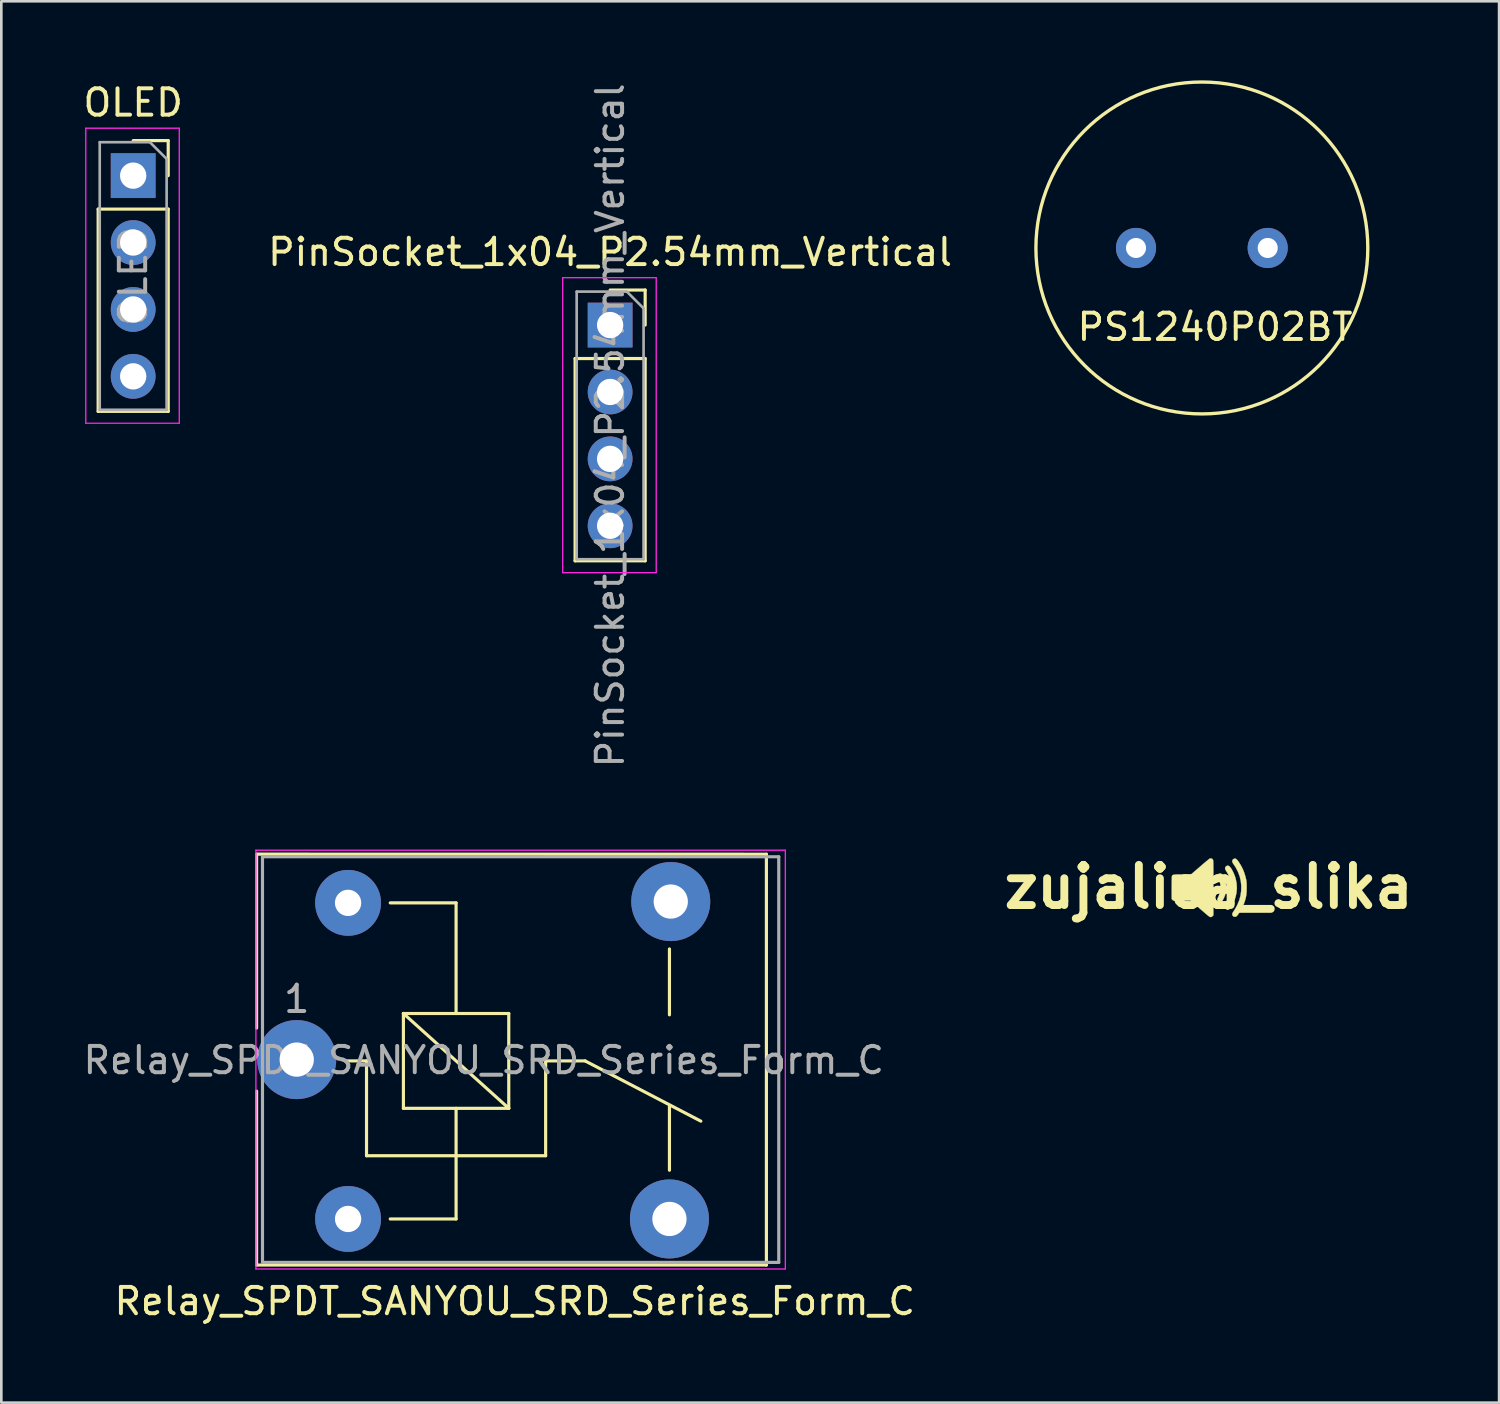
<source format=kicad_pcb>
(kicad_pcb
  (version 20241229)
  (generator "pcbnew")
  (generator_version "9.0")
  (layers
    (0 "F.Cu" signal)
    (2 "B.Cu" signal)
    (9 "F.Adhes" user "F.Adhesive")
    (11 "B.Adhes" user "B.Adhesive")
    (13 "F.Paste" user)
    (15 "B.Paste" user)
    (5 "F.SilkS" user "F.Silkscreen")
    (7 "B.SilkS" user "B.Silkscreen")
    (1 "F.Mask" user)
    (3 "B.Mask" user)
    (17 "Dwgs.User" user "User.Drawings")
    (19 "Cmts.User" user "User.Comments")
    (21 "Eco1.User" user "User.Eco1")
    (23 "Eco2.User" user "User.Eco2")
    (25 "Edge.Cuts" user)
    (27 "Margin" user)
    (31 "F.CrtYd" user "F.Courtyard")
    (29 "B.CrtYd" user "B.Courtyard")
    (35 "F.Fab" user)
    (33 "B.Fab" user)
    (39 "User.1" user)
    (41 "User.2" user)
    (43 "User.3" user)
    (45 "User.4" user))
  (footprint "zujalica_slika"
    (layer "F.Cu")
    (at 42.835 30.62)
    (property "Reference" "zujalica_slika" (at 0 0 0) (layer "F.SilkS") (effects (font (size 1.524 1.524) (thickness 0.3))))
    (attr through_hole)
    (fp_poly (pts (xy 0.467 -0.505) (xy 0.492 -0.491) (xy 0.519 -0.463) (xy 0.551 -0.416) (xy 0.583 -0.351) (xy 0.613 -0.276) (xy 0.639 -0.198) (xy 0.648 -0.161) (xy 0.659 -0.09) (xy 0.664 -0.005) (xy 0.662 0.086) (xy 0.655 0.175) (xy 0.642 0.255) (xy 0.629 0.302) (xy 0.604 0.368) (xy 0.575 0.433) (xy 0.545 0.491) (xy 0.518 0.534) (xy 0.512 0.542) (xy 0.484 0.563) (xy 0.446 0.576) (xy 0.445 0.576) (xy 0.413 0.578) (xy 0.389 0.569) (xy 0.363 0.547) (xy 0.34 0.518) (xy 0.327 0.491) (xy 0.327 0.484) (xy 0.332 0.463) (xy 0.346 0.426) (xy 0.366 0.381) (xy 0.375 0.362) (xy 0.427 0.236) (xy 0.454 0.11) (xy 0.457 -0.016) (xy 0.436 -0.142) (xy 0.391 -0.267) (xy 0.361 -0.326) (xy 0.339 -0.372) (xy 0.33 -0.405) (xy 0.331 -0.428) (xy 0.353 -0.473) (xy 0.391 -0.5) (xy 0.435 -0.508) (xy 0.467 -0.505)) (stroke (width 0.01) (type solid)) (fill yes) (layer "F.SilkS"))
    (fp_poly (pts (xy 0.746 -0.803) (xy 0.768 -0.795) (xy 0.801 -0.769) (xy 0.838 -0.724) (xy 0.878 -0.664) (xy 0.918 -0.591) (xy 0.956 -0.511) (xy 0.991 -0.426) (xy 1.019 -0.342) (xy 1.029 -0.305) (xy 1.063 -0.127) (xy 1.072 0.05) (xy 1.058 0.225) (xy 1.019 0.398) (xy 0.956 0.57) (xy 0.923 0.64) (xy 0.875 0.73) (xy 0.83 0.798) (xy 0.789 0.843) (xy 0.75 0.867) (xy 0.712 0.871) (xy 0.673 0.854) (xy 0.657 0.842) (xy 0.633 0.813) (xy 0.624 0.779) (xy 0.632 0.737) (xy 0.658 0.684) (xy 0.683 0.643) (xy 0.751 0.523) (xy 0.801 0.402) (xy 0.834 0.273) (xy 0.852 0.132) (xy 0.855 0.078) (xy 0.852 -0.087) (xy 0.828 -0.241) (xy 0.783 -0.384) (xy 0.717 -0.519) (xy 0.701 -0.545) (xy 0.665 -0.604) (xy 0.641 -0.647) (xy 0.628 -0.679) (xy 0.624 -0.704) (xy 0.628 -0.727) (xy 0.633 -0.742) (xy 0.661 -0.782) (xy 0.701 -0.803) (xy 0.746 -0.803)) (stroke (width 0.01) (type solid)) (fill yes) (layer "F.SilkS"))
    (fp_poly (pts (xy 0.133 -1.066) (xy 0.157 -1.043) (xy 0.162 -1.037) (xy 0.165 -1.03) (xy 0.169 -1.02) (xy 0.171 -1.006) (xy 0.174 -0.985) (xy 0.176 -0.957) (xy 0.177 -0.92) (xy 0.178 -0.872) (xy 0.179 -0.812) (xy 0.18 -0.739) (xy 0.181 -0.65) (xy 0.181 -0.544) (xy 0.181 -0.42) (xy 0.181 -0.276) (xy 0.181 -0.11) (xy 0.181 0.033) (xy 0.181 1.078) (xy 0.146 1.114) (xy 0.109 1.141) (xy 0.072 1.147) (xy 0.03 1.131) (xy 0.005 1.114) (xy -0.015 1.098) (xy -0.051 1.068) (xy -0.1 1.026) (xy -0.16 0.975) (xy -0.229 0.916) (xy -0.303 0.852) (xy -0.363 0.8) (xy -0.683 0.521) (xy -1.344 0.52) (xy -1.373 0.49) (xy -1.403 0.461) (xy -1.403 0.028) (xy -1.402 -0.096) (xy -1.401 -0.197) (xy -1.4 -0.277) (xy -1.398 -0.338) (xy -1.396 -0.382) (xy -1.392 -0.41) (xy -1.388 -0.424) (xy -1.388 -0.424) (xy -1.376 -0.438) (xy -1.361 -0.449) (xy -1.342 -0.457) (xy -1.314 -0.463) (xy -1.275 -0.467) (xy -1.222 -0.47) (xy -1.153 -0.471) (xy -1.065 -0.472) (xy -0.994 -0.472) (xy -0.669 -0.472) (xy -0.325 -0.769) (xy -0.247 -0.837) (xy -0.173 -0.9) (xy -0.107 -0.956) (xy -0.049 -1.004) (xy -0.003 -1.041) (xy 0.029 -1.066) (xy 0.046 -1.077) (xy 0.046 -1.078) (xy 0.091 -1.083) (xy 0.133 -1.066)) (stroke (width 0.01) (type solid)) (fill yes) (layer "F.SilkS"))
    (fp_poly (pts (xy 1.034 -1.067) (xy 1.063 -1.045) (xy 1.1 -1.004) (xy 1.141 -0.949) (xy 1.185 -0.882) (xy 1.229 -0.807) (xy 1.271 -0.729) (xy 1.308 -0.65) (xy 1.331 -0.596) (xy 1.356 -0.525) (xy 1.382 -0.444) (xy 1.404 -0.366) (xy 1.412 -0.334) (xy 1.424 -0.281) (xy 1.433 -0.235) (xy 1.438 -0.189) (xy 1.442 -0.137) (xy 1.444 -0.073) (xy 1.445 0.008) (xy 1.445 0.024) (xy 1.444 0.132) (xy 1.44 0.223) (xy 1.432 0.303) (xy 1.418 0.379) (xy 1.399 0.457) (xy 1.373 0.545) (xy 1.371 0.55) (xy 1.34 0.638) (xy 1.299 0.733) (xy 1.251 0.829) (xy 1.201 0.921) (xy 1.15 1.003) (xy 1.101 1.071) (xy 1.073 1.104) (xy 1.032 1.131) (xy 0.987 1.137) (xy 0.943 1.122) (xy 0.925 1.107) (xy 0.901 1.075) (xy 0.895 1.039) (xy 0.906 0.996) (xy 0.935 0.944) (xy 0.957 0.913) (xy 0.987 0.868) (xy 1.022 0.809) (xy 1.059 0.743) (xy 1.089 0.683) (xy 1.161 0.51) (xy 1.21 0.331) (xy 1.236 0.149) (xy 1.24 -0.034) (xy 1.221 -0.215) (xy 1.18 -0.394) (xy 1.116 -0.567) (xy 1.031 -0.733) (xy 0.959 -0.844) (xy 0.924 -0.895) (xy 0.904 -0.934) (xy 0.896 -0.965) (xy 0.895 -0.974) (xy 0.906 -1.018) (xy 0.933 -1.052) (xy 0.971 -1.071) (xy 1.014 -1.073) (xy 1.034 -1.067)) (stroke (width 0.01) (type solid)) (fill yes) (layer "F.SilkS")))
  (footprint "Relay_SPDT_SANYOU_SRD_Series_Form_C"
    (layer "F.Cu")
    (at 8.393 37.152)
    (property "Reference" "Relay_SPDT_SANYOU_SRD_Series_Form_C" (at 8.1 9.2 0) (layer "F.SilkS") (effects (font (size 1 1) (thickness 0.15))))
    (attr through_hole)
    (fp_line (start -1.702 -7.775) (end 17.653 -7.772) (stroke (width 0.12) (type solid)) (layer "F.SilkS"))
    (fp_line (start -1.702 -7.772) (end -1.702 -1.172) (stroke (width 0.12) (type solid)) (layer "F.SilkS"))
    (fp_line (start -1.702 1.223) (end -1.702 7.823) (stroke (width 0.12) (type solid)) (layer "F.SilkS"))
    (fp_line (start 2.472 0.075) (end 1.672 0.075) (stroke (width 0.12) (type solid)) (layer "F.SilkS"))
    (fp_line (start 2.472 0.075) (end 2.472 3.675) (stroke (width 0.12) (type solid)) (layer "F.SilkS"))
    (fp_line (start 3.372 6.075) (end 5.872 6.075) (stroke (width 0.12) (type solid)) (layer "F.SilkS"))
    (fp_line (start 3.872 -1.725) (end 7.872 -1.725) (stroke (width 0.12) (type solid)) (layer "F.SilkS"))
    (fp_line (start 3.872 1.875) (end 3.872 -1.725) (stroke (width 0.12) (type solid)) (layer "F.SilkS"))
    (fp_line (start 5.872 -5.925) (end 3.372 -5.925) (stroke (width 0.12) (type solid)) (layer "F.SilkS"))
    (fp_line (start 5.872 -5.925) (end 5.872 -1.725) (stroke (width 0.12) (type solid)) (layer "F.SilkS"))
    (fp_line (start 5.872 1.875) (end 5.872 6.075) (stroke (width 0.12) (type solid)) (layer "F.SilkS"))
    (fp_line (start 7.872 -1.725) (end 7.872 1.875) (stroke (width 0.12) (type solid)) (layer "F.SilkS"))
    (fp_line (start 7.872 1.875) (end 3.872 -1.725) (stroke (width 0.12) (type solid)) (layer "F.SilkS"))
    (fp_line (start 7.872 1.875) (end 3.872 1.875) (stroke (width 0.12) (type solid)) (layer "F.SilkS"))
    (fp_line (start 9.272 0.075) (end 9.272 3.675) (stroke (width 0.12) (type solid)) (layer "F.SilkS"))
    (fp_line (start 9.272 0.075) (end 10.772 0.075) (stroke (width 0.12) (type solid)) (layer "F.SilkS"))
    (fp_line (start 9.272 3.675) (end 2.472 3.675) (stroke (width 0.12) (type solid)) (layer "F.SilkS"))
    (fp_line (start 10.772 0.076) (end 15.164 2.362) (stroke (width 0.12) (type solid)) (layer "F.SilkS"))
    (fp_line (start 13.972 -4.175) (end 13.972 -1.675) (stroke (width 0.12) (type solid)) (layer "F.SilkS"))
    (fp_line (start 13.972 4.225) (end 13.972 1.775) (stroke (width 0.12) (type solid)) (layer "F.SilkS"))
    (fp_line (start 17.653 -7.772) (end 17.653 7.823) (stroke (width 0.12) (type solid)) (layer "F.SilkS"))
    (fp_line (start 17.653 7.823) (end -1.702 7.825) (stroke (width 0.12) (type solid)) (layer "F.SilkS"))
    (fp_line (start -1.728 7.975) (end -1.728 -7.925) (stroke (width 0.05) (type solid)) (layer "F.CrtYd"))
    (fp_line (start -1.728 7.975) (end 18.372 7.975) (stroke (width 0.05) (type solid)) (layer "F.CrtYd"))
    (fp_line (start 18.372 -7.925) (end -1.728 -7.925) (stroke (width 0.05) (type solid)) (layer "F.CrtYd"))
    (fp_line (start 18.372 -7.925) (end 18.372 7.975) (stroke (width 0.05) (type solid)) (layer "F.CrtYd"))
    (fp_line (start -1.478 -7.675) (end 18.122 -7.675) (stroke (width 0.12) (type solid)) (layer "F.Fab"))
    (fp_line (start -1.478 7.725) (end -1.478 -7.675) (stroke (width 0.12) (type solid)) (layer "F.Fab"))
    (fp_line (start 18.122 -7.675) (end 18.122 7.725) (stroke (width 0.12) (type solid)) (layer "F.Fab"))
    (fp_line (start 18.122 7.725) (end -1.478 7.725) (stroke (width 0.12) (type solid)) (layer "F.Fab"))
    (fp_text user "1" (at -0.178 -2.275 0) (layer "F.Fab") (effects (font (size 1 1) (thickness 0.15))))
    (fp_text user "${REFERENCE}" (at 6.922 0.05 0) (layer "F.Fab") (effects (font (size 1 1) (thickness 0.15))))
    (pad "1" thru_hole circle (at -0.178 0.025 90) (size 3 3) (drill 1.3) (layers "*.Cu" "*.Mask"))
    (pad "2" thru_hole circle (at 1.772 -5.925 90) (size 2.5 2.5) (drill 1) (layers "*.Cu" "*.Mask"))
    (pad "3" thru_hole circle (at 14.022 -5.975 90) (size 3 3) (drill 1.3) (layers "*.Cu" "*.Mask"))
    (pad "4" thru_hole circle (at 13.972 6.075 90) (size 3 3) (drill 1.3) (layers "*.Cu" "*.Mask"))
    (pad "5" thru_hole circle (at 1.772 6.075 90) (size 2.5 2.5) (drill 1) (layers "*.Cu" "*.Mask")))
  (footprint "PS1240P02BT"
    (layer "F.Cu")
    (at 43.078 8.864)
    (property "Reference" "PS1240P02BT" (at 0 0.5 0) (layer "F.SilkS") (effects (font (size 1 1) (thickness 0.15))))
    (attr through_hole)
    (fp_circle (center -0.5 -2.5) (end 5.8 -2.5) (stroke (width 0.127) (type solid)) (fill no) (layer "F.SilkS"))
    (pad "1" thru_hole circle (at -3 -2.5) (size 1.524 1.524) (drill 0.762) (layers "*.Cu" "*.Mask"))
    (pad "2" thru_hole circle (at 2 -2.5) (size 1.524 1.524) (drill 0.762) (layers "*.Cu" "*.Mask")))
  (footprint "OLED"
    (layer "F.Cu")
    (at 2.006 3.618)
    (property "Reference" "OLED" (at 0 -2.77 0) (layer "F.SilkS") (effects (font (size 1 1) (thickness 0.15))))
    (attr through_hole)
    (fp_line (start -1.33 1.27) (end -1.33 8.95) (stroke (width 0.12) (type solid)) (layer "F.SilkS"))
    (fp_line (start -1.33 1.27) (end 1.33 1.27) (stroke (width 0.12) (type solid)) (layer "F.SilkS"))
    (fp_line (start -1.33 8.95) (end 1.33 8.95) (stroke (width 0.12) (type solid)) (layer "F.SilkS"))
    (fp_line (start 0 -1.33) (end 1.33 -1.33) (stroke (width 0.12) (type solid)) (layer "F.SilkS"))
    (fp_line (start 1.33 -1.33) (end 1.33 0) (stroke (width 0.12) (type solid)) (layer "F.SilkS"))
    (fp_line (start 1.33 1.27) (end 1.33 8.95) (stroke (width 0.12) (type solid)) (layer "F.SilkS"))
    (fp_line (start -1.8 -1.8) (end 1.75 -1.8) (stroke (width 0.05) (type solid)) (layer "F.CrtYd"))
    (fp_line (start -1.8 9.4) (end -1.8 -1.8) (stroke (width 0.05) (type solid)) (layer "F.CrtYd"))
    (fp_line (start 1.75 -1.8) (end 1.75 9.4) (stroke (width 0.05) (type solid)) (layer "F.CrtYd"))
    (fp_line (start 1.75 9.4) (end -1.8 9.4) (stroke (width 0.05) (type solid)) (layer "F.CrtYd"))
    (fp_line (start -1.27 -1.27) (end 0.635 -1.27) (stroke (width 0.1) (type solid)) (layer "F.Fab"))
    (fp_line (start -1.27 8.89) (end -1.27 -1.27) (stroke (width 0.1) (type solid)) (layer "F.Fab"))
    (fp_line (start 0.635 -1.27) (end 1.27 -0.635) (stroke (width 0.1) (type solid)) (layer "F.Fab"))
    (fp_line (start 1.27 -0.635) (end 1.27 8.89) (stroke (width 0.1) (type solid)) (layer "F.Fab"))
    (fp_line (start 1.27 8.89) (end -1.27 8.89) (stroke (width 0.1) (type solid)) (layer "F.Fab"))
    (fp_text user "${REFERENCE}" (at 0 3.81 90) (layer "F.Fab") (effects (font (size 1 1) (thickness 0.15))))
    (pad "1" thru_hole rect (at 0 0) (size 1.7 1.7) (drill 1) (layers "*.Cu" "*.Mask"))
    (pad "2" thru_hole oval (at 0 2.54) (size 1.7 1.7) (drill 1) (layers "*.Cu" "*.Mask"))
    (pad "3" thru_hole oval (at 0 5.08) (size 1.7 1.7) (drill 1) (layers "*.Cu" "*.Mask"))
    (pad "4" thru_hole oval (at 0 7.62) (size 1.7 1.7) (drill 1) (layers "*.Cu" "*.Mask")))
  (footprint "PinSocket_1x04_P2.54mm_Vertical"
    (layer "F.Cu")
    (at 20.113 9.291)
    (property "Reference" "PinSocket_1x04_P2.54mm_Vertical" (at 0 -2.77 0) (layer "F.SilkS") (effects (font (size 1 1) (thickness 0.15))))
    (attr through_hole)
    (fp_line (start -1.33 1.27) (end -1.33 8.95) (stroke (width 0.12) (type solid)) (layer "F.SilkS"))
    (fp_line (start -1.33 1.27) (end 1.33 1.27) (stroke (width 0.12) (type solid)) (layer "F.SilkS"))
    (fp_line (start -1.33 8.95) (end 1.33 8.95) (stroke (width 0.12) (type solid)) (layer "F.SilkS"))
    (fp_line (start 0 -1.33) (end 1.33 -1.33) (stroke (width 0.12) (type solid)) (layer "F.SilkS"))
    (fp_line (start 1.33 -1.33) (end 1.33 0) (stroke (width 0.12) (type solid)) (layer "F.SilkS"))
    (fp_line (start 1.33 1.27) (end 1.33 8.95) (stroke (width 0.12) (type solid)) (layer "F.SilkS"))
    (fp_line (start -1.8 -1.8) (end 1.75 -1.8) (stroke (width 0.05) (type solid)) (layer "F.CrtYd"))
    (fp_line (start -1.8 9.4) (end -1.8 -1.8) (stroke (width 0.05) (type solid)) (layer "F.CrtYd"))
    (fp_line (start 1.75 -1.8) (end 1.75 9.4) (stroke (width 0.05) (type solid)) (layer "F.CrtYd"))
    (fp_line (start 1.75 9.4) (end -1.8 9.4) (stroke (width 0.05) (type solid)) (layer "F.CrtYd"))
    (fp_line (start -1.27 -1.27) (end 0.635 -1.27) (stroke (width 0.1) (type solid)) (layer "F.Fab"))
    (fp_line (start -1.27 8.89) (end -1.27 -1.27) (stroke (width 0.1) (type solid)) (layer "F.Fab"))
    (fp_line (start 0.635 -1.27) (end 1.27 -0.635) (stroke (width 0.1) (type solid)) (layer "F.Fab"))
    (fp_line (start 1.27 -0.635) (end 1.27 8.89) (stroke (width 0.1) (type solid)) (layer "F.Fab"))
    (fp_line (start 1.27 8.89) (end -1.27 8.89) (stroke (width 0.1) (type solid)) (layer "F.Fab"))
    (fp_text user "${REFERENCE}" (at 0 3.81 90) (layer "F.Fab") (effects (font (size 1 1) (thickness 0.15))))
    (pad "1" thru_hole rect (at 0 0) (size 1.7 1.7) (drill 1) (layers "*.Cu" "*.Mask"))
    (pad "2" thru_hole oval (at 0 2.54) (size 1.7 1.7) (drill 1) (layers "*.Cu" "*.Mask"))
    (pad "3" thru_hole oval (at 0 5.08) (size 1.7 1.7) (drill 1) (layers "*.Cu" "*.Mask"))
    (pad "4" thru_hole oval (at 0 7.62) (size 1.7 1.7) (drill 1) (layers "*.Cu" "*.Mask")))
  (gr_rect
    (start -3 -3)
    (end 53.862 50.2)
    (stroke (width 0.1) (type default))
    (fill no)
    (layer "Edge.Cuts")))
</source>
